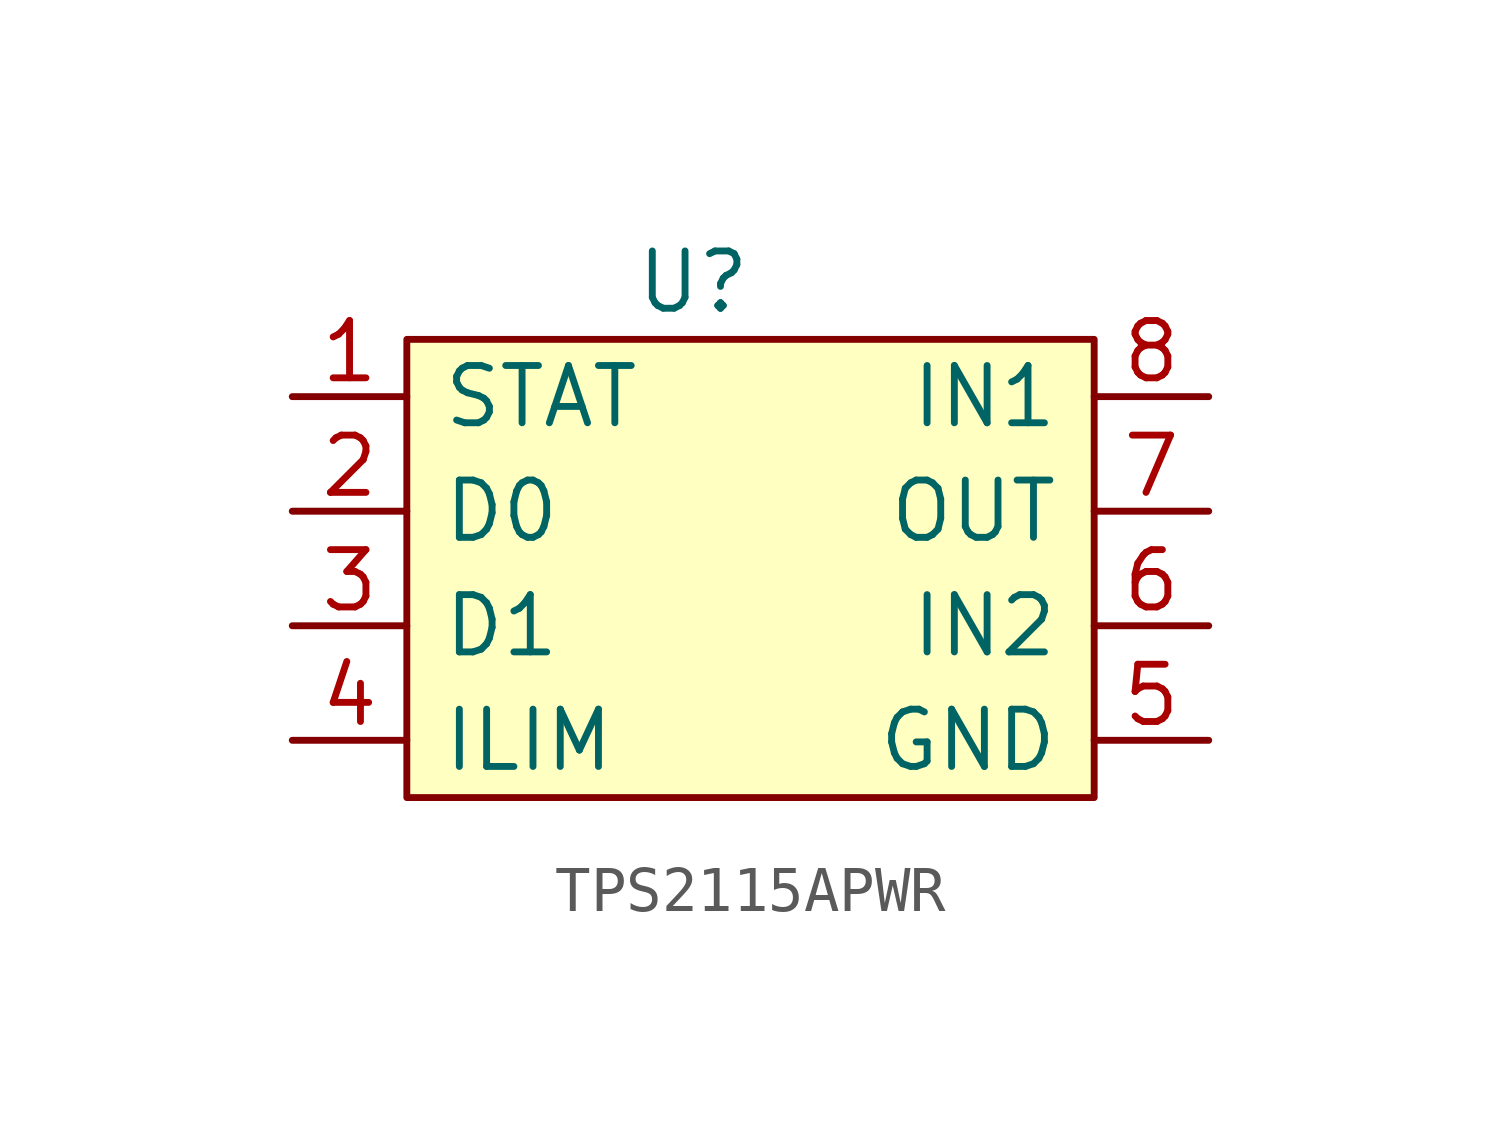
<source format=kicad_sym>
(kicad_symbol_lib
  (version 20211014)
  (generator kicad_symbol_editor)
  (symbol "TPS2115APWR"
    (pin_names
      (offset 0.762))
    (property "Reference" "U"
      (at -1.27 6.35 0)
      (effects (font (size 1.27 1.27))))
    (symbol "TPS2115APWR_0_1"
      (rectangle (start -7.62 5.08) (end 7.62 -5.08) (stroke (width 0) (type default) (color 0 0 0 0)) (fill (type background))))
    (symbol "TPS2115APWR_1_1"
      (pin input line (at -10.16 3.81 0) (length 2.54) (name "STAT" (effects (font (size 1.27 1.27)))) (number "1" (effects (font (size 1.27 1.27)))))
      (pin input line (at -10.16 1.27 0) (length 2.54) (name "D0" (effects (font (size 1.27 1.27)))) (number "2" (effects (font (size 1.27 1.27)))))
      (pin input line (at -10.16 -1.27 0) (length 2.54) (name "D1" (effects (font (size 1.27 1.27)))) (number "3" (effects (font (size 1.27 1.27)))))
      (pin input line (at -10.16 -3.81 0) (length 2.54) (name "ILIM" (effects (font (size 1.27 1.27)))) (number "4" (effects (font (size 1.27 1.27)))))
      (pin passive line (at 10.16 -3.81 180) (length 2.54) (name "GND" (effects (font (size 1.27 1.27)))) (number "5" (effects (font (size 1.27 1.27)))))
      (pin input line (at 10.16 -1.27 180) (length 2.54) (name "IN2" (effects (font (size 1.27 1.27)))) (number "6" (effects (font (size 1.27 1.27)))))
      (pin power_out line (at 10.16 1.27 180) (length 2.54) (name "OUT" (effects (font (size 1.27 1.27)))) (number "7" (effects (font (size 1.27 1.27)))))
      (pin input line (at 10.16 3.81 180) (length 2.54) (name "IN1" (effects (font (size 1.27 1.27)))) (number "8" (effects (font (size 1.27 1.27))))))))
</source>
